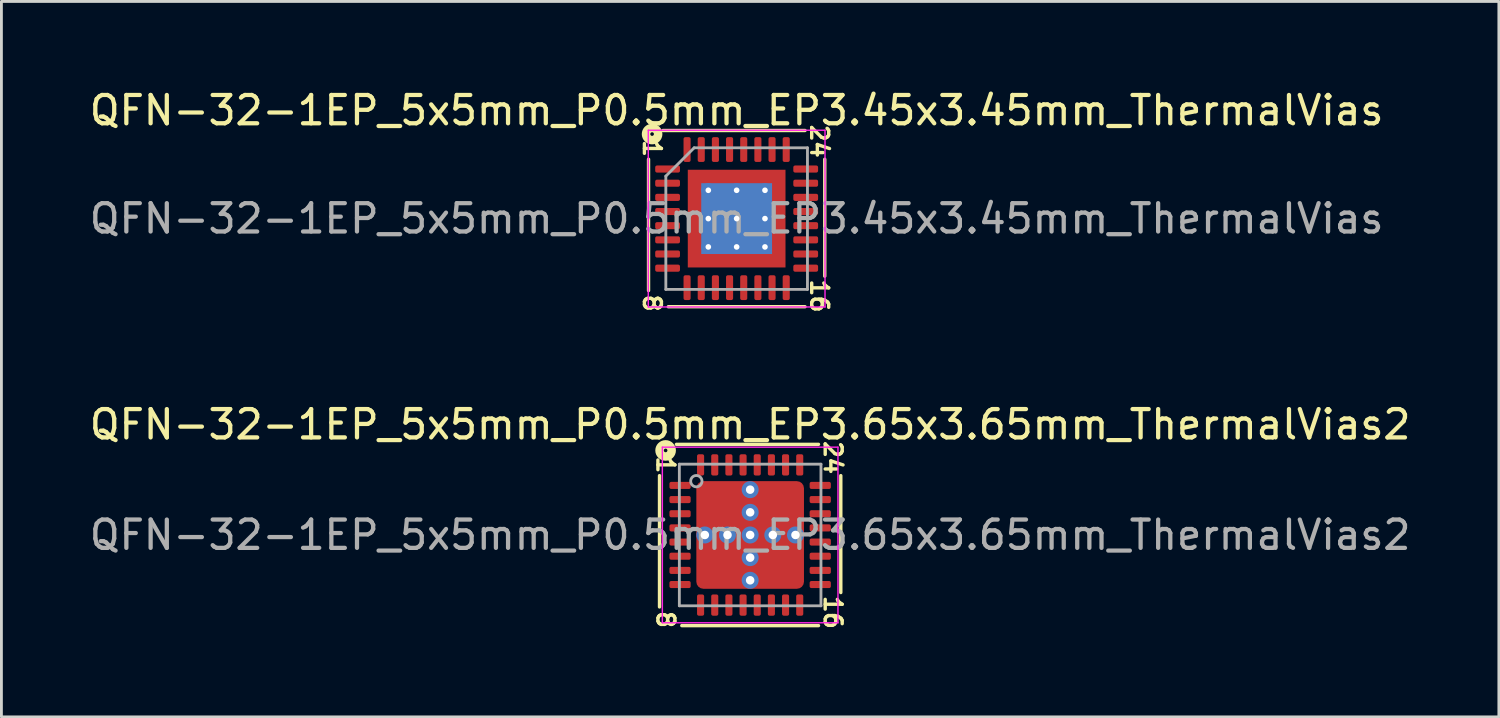
<source format=kicad_pcb>
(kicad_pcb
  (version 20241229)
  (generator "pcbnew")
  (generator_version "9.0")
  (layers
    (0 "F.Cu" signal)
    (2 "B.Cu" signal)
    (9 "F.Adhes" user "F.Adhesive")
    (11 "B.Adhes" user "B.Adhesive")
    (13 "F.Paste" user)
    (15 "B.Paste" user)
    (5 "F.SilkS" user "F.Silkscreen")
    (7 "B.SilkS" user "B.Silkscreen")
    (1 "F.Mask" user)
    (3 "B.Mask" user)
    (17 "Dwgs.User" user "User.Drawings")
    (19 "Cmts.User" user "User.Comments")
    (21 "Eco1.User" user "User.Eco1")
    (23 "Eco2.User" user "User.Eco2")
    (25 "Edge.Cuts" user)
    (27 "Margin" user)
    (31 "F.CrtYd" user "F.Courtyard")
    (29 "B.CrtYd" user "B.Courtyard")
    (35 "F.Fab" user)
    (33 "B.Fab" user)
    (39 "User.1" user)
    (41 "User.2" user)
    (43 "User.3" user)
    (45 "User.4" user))
  (footprint "QFN-32-1EP_5x5mm_P0.5mm_EP3.65x3.65mm_ThermalVias2"
    (layer "F.Cu")
    (at 23.435 15.838)
    (property "Reference" "QFN-32-1EP_5x5mm_P0.5mm_EP3.65x3.65mm_ThermalVias2" (at 0 -3.9 0) (layer "F.SilkS") (effects (font (size 1 1) (thickness 0.15))))
    (attr smd)
    (fp_line (start -3.2 -2.095) (end -3.2 2.54) (stroke (width 0.12) (type solid)) (layer "F.SilkS"))
    (fp_line (start -2.413 3.2) (end 2.413 3.2) (stroke (width 0.12) (type solid)) (layer "F.SilkS"))
    (fp_line (start 2.413 -3.2) (end -2.603 -3.2) (stroke (width 0.12) (type solid)) (layer "F.SilkS"))
    (fp_line (start 3.2 2.032) (end 3.2 -2.095) (stroke (width 0.12) (type solid)) (layer "F.SilkS"))
    (fp_circle (center -2.985 -2.985) (end -2.921 -2.985) (stroke (width 0.3) (type solid)) (fill no) (layer "F.SilkS"))
    (fp_line (start -3.1 -3.1) (end -3.1 3.1) (stroke (width 0.05) (type solid)) (layer "F.CrtYd"))
    (fp_line (start -3.1 3.1) (end 3.1 3.1) (stroke (width 0.05) (type solid)) (layer "F.CrtYd"))
    (fp_line (start 3.1 -3.1) (end -3.1 -3.1) (stroke (width 0.05) (type solid)) (layer "F.CrtYd"))
    (fp_line (start 3.1 3.1) (end 3.1 -3.1) (stroke (width 0.05) (type solid)) (layer "F.CrtYd"))
    (fp_line (start -2.5 -2.5) (end 2.5 -2.5) (stroke (width 0.1) (type solid)) (layer "F.Fab"))
    (fp_line (start -2.5 2.5) (end -2.5 -2.5) (stroke (width 0.1) (type solid)) (layer "F.Fab"))
    (fp_line (start 2.5 -2.5) (end 2.5 2.5) (stroke (width 0.1) (type solid)) (layer "F.Fab"))
    (fp_line (start 2.5 2.5) (end -2.5 2.5) (stroke (width 0.1) (type solid)) (layer "F.Fab"))
    (fp_circle (center -1.9 -1.9) (end -1.7 -1.9) (stroke (width 0.1) (type solid)) (fill no) (layer "F.Fab"))
    (fp_text user "8" (at -2.985 2.985 270) (unlocked yes) (layer "F.SilkS") (effects (font (size 0.6 0.6) (thickness 0.12))))
    (fp_text user "16" (at 2.921 2.731 270) (unlocked yes) (layer "F.SilkS") (effects (font (size 0.6 0.6) (thickness 0.12))))
    (fp_text user "24" (at 2.921 -2.731 270) (unlocked yes) (layer "F.SilkS") (effects (font (size 0.6 0.6) (thickness 0.12))))
    (fp_text user "1" (at -2.985 -2.477 270) (unlocked yes) (layer "F.SilkS") (effects (font (size 0.6 0.6) (thickness 0.12))))
    (fp_text user "${REFERENCE}" (at 0 0 0) (layer "F.Fab") (effects (font (size 1 1) (thickness 0.15))))
    (pad "" smd roundrect (at -1.425 0.675) (size 0.55 0.55) (layers "F.Paste") (roundrect_rratio 0.25))
    (pad "" smd roundrect (at -1.425 1.425) (size 0.55 0.55) (layers "F.Paste") (roundrect_rratio 0.25))
    (pad "" smd roundrect (at -1.425 -1.425) (size 0.55 0.55) (layers "F.Paste") (roundrect_rratio 0.25))
    (pad "" smd roundrect (at -1.425 -0.675) (size 0.55 0.55) (layers "F.Paste") (roundrect_rratio 0.25))
    (pad "" smd roundrect (at -1.05 -1.05) (size 1.5 1.5) (layers "F.Mask") (roundrect_rratio 0.167))
    (pad "" smd roundrect (at -1.05 1.05) (size 1.5 1.5) (layers "F.Mask") (roundrect_rratio 0.167))
    (pad "" smd roundrect (at -0.675 0.675) (size 0.55 0.55) (layers "F.Paste") (roundrect_rratio 0.25))
    (pad "" smd roundrect (at -0.675 -1.425) (size 0.55 0.55) (layers "F.Paste") (roundrect_rratio 0.25))
    (pad "" smd roundrect (at -0.675 1.425) (size 0.55 0.55) (layers "F.Paste") (roundrect_rratio 0.25))
    (pad "" smd roundrect (at -0.675 -0.675) (size 0.55 0.55) (layers "F.Paste") (roundrect_rratio 0.25))
    (pad "" smd roundrect (at 0.675 -1.425) (size 0.55 0.55) (layers "F.Paste") (roundrect_rratio 0.25))
    (pad "" smd roundrect (at 0.675 -0.675) (size 0.55 0.55) (layers "F.Paste") (roundrect_rratio 0.25))
    (pad "" smd roundrect (at 0.675 0.675) (size 0.55 0.55) (layers "F.Paste") (roundrect_rratio 0.25))
    (pad "" smd roundrect (at 0.675 1.425) (size 0.55 0.55) (layers "F.Paste") (roundrect_rratio 0.25))
    (pad "" smd roundrect (at 1.05 -1.05) (size 1.5 1.5) (layers "F.Mask") (roundrect_rratio 0.167))
    (pad "" smd roundrect (at 1.05 1.05) (size 1.5 1.5) (layers "F.Mask") (roundrect_rratio 0.167))
    (pad "" smd roundrect (at 1.425 -1.425) (size 0.55 0.55) (layers "F.Paste") (roundrect_rratio 0.25))
    (pad "" smd roundrect (at 1.425 0.675) (size 0.55 0.55) (layers "F.Paste") (roundrect_rratio 0.25))
    (pad "" smd roundrect (at 1.425 -0.675) (size 0.55 0.55) (layers "F.Paste") (roundrect_rratio 0.25))
    (pad "" smd roundrect (at 1.425 1.425) (size 0.55 0.55) (layers "F.Paste") (roundrect_rratio 0.25))
    (pad "1" smd roundrect (at -2.475 -1.75) (size 0.75 0.25) (layers "F.Cu" "F.Mask" "F.Paste") (roundrect_rratio 0.25))
    (pad "2" smd roundrect (at -2.475 -1.25) (size 0.75 0.25) (layers "F.Cu" "F.Mask" "F.Paste") (roundrect_rratio 0.25))
    (pad "3" smd roundrect (at -2.475 -0.75) (size 0.75 0.25) (layers "F.Cu" "F.Mask" "F.Paste") (roundrect_rratio 0.25))
    (pad "4" smd roundrect (at -2.475 -0.25) (size 0.75 0.25) (layers "F.Cu" "F.Mask" "F.Paste") (roundrect_rratio 0.25))
    (pad "5" smd roundrect (at -2.475 0.25) (size 0.75 0.25) (layers "F.Cu" "F.Mask" "F.Paste") (roundrect_rratio 0.25))
    (pad "6" smd roundrect (at -2.475 0.75) (size 0.75 0.25) (layers "F.Cu" "F.Mask" "F.Paste") (roundrect_rratio 0.25))
    (pad "7" smd roundrect (at -2.475 1.25) (size 0.75 0.25) (layers "F.Cu" "F.Mask" "F.Paste") (roundrect_rratio 0.25))
    (pad "8" smd roundrect (at -2.475 1.75) (size 0.75 0.25) (layers "F.Cu" "F.Mask" "F.Paste") (roundrect_rratio 0.25))
    (pad "9" smd roundrect (at -1.75 2.475) (size 0.25 0.75) (layers "F.Cu" "F.Mask" "F.Paste") (roundrect_rratio 0.25))
    (pad "10" smd roundrect (at -1.25 2.475) (size 0.25 0.75) (layers "F.Cu" "F.Mask" "F.Paste") (roundrect_rratio 0.25))
    (pad "11" smd roundrect (at -0.75 2.475) (size 0.25 0.75) (layers "F.Cu" "F.Mask" "F.Paste") (roundrect_rratio 0.25))
    (pad "12" smd roundrect (at -0.25 2.475) (size 0.25 0.75) (layers "F.Cu" "F.Mask" "F.Paste") (roundrect_rratio 0.25))
    (pad "13" smd roundrect (at 0.25 2.475) (size 0.25 0.75) (layers "F.Cu" "F.Mask" "F.Paste") (roundrect_rratio 0.25))
    (pad "14" smd roundrect (at 0.75 2.475) (size 0.25 0.75) (layers "F.Cu" "F.Mask" "F.Paste") (roundrect_rratio 0.25))
    (pad "15" smd roundrect (at 1.25 2.475) (size 0.25 0.75) (layers "F.Cu" "F.Mask" "F.Paste") (roundrect_rratio 0.25))
    (pad "16" smd roundrect (at 1.75 2.475) (size 0.25 0.75) (layers "F.Cu" "F.Mask" "F.Paste") (roundrect_rratio 0.25))
    (pad "17" smd roundrect (at 2.475 1.75) (size 0.75 0.25) (layers "F.Cu" "F.Mask" "F.Paste") (roundrect_rratio 0.25))
    (pad "18" smd roundrect (at 2.475 1.25) (size 0.75 0.25) (layers "F.Cu" "F.Mask" "F.Paste") (roundrect_rratio 0.25))
    (pad "19" smd roundrect (at 2.475 0.75) (size 0.75 0.25) (layers "F.Cu" "F.Mask" "F.Paste") (roundrect_rratio 0.25))
    (pad "20" smd roundrect (at 2.475 0.25) (size 0.75 0.25) (layers "F.Cu" "F.Mask" "F.Paste") (roundrect_rratio 0.25))
    (pad "21" smd roundrect (at 2.475 -0.25) (size 0.75 0.25) (layers "F.Cu" "F.Mask" "F.Paste") (roundrect_rratio 0.25))
    (pad "22" smd roundrect (at 2.475 -0.75) (size 0.75 0.25) (layers "F.Cu" "F.Mask" "F.Paste") (roundrect_rratio 0.25))
    (pad "23" smd roundrect (at 2.475 -1.25) (size 0.75 0.25) (layers "F.Cu" "F.Mask" "F.Paste") (roundrect_rratio 0.25))
    (pad "24" smd roundrect (at 2.475 -1.75) (size 0.75 0.25) (layers "F.Cu" "F.Mask" "F.Paste") (roundrect_rratio 0.25))
    (pad "25" smd roundrect (at 1.75 -2.475) (size 0.25 0.75) (layers "F.Cu" "F.Mask" "F.Paste") (roundrect_rratio 0.25))
    (pad "26" smd roundrect (at 1.25 -2.475) (size 0.25 0.75) (layers "F.Cu" "F.Mask" "F.Paste") (roundrect_rratio 0.25))
    (pad "27" smd roundrect (at 0.75 -2.475) (size 0.25 0.75) (layers "F.Cu" "F.Mask" "F.Paste") (roundrect_rratio 0.25))
    (pad "28" smd roundrect (at 0.25 -2.475) (size 0.25 0.75) (layers "F.Cu" "F.Mask" "F.Paste") (roundrect_rratio 0.25))
    (pad "29" smd roundrect (at -0.25 -2.475) (size 0.25 0.75) (layers "F.Cu" "F.Mask" "F.Paste") (roundrect_rratio 0.25))
    (pad "30" smd roundrect (at -0.75 -2.475) (size 0.25 0.75) (layers "F.Cu" "F.Mask" "F.Paste") (roundrect_rratio 0.25))
    (pad "31" smd roundrect (at -1.25 -2.475) (size 0.25 0.75) (layers "F.Cu" "F.Mask" "F.Paste") (roundrect_rratio 0.25))
    (pad "32" smd roundrect (at -1.75 -2.475) (size 0.25 0.75) (layers "F.Cu" "F.Mask" "F.Paste") (roundrect_rratio 0.25))
    (pad "33" thru_hole circle (at -1.6 0) (size 0.6 0.6) (drill 0.3) (property pad_prop_heatsink) (layers "*.Cu" "*.Mask"))
    (pad "33" thru_hole circle (at -0.8 0) (size 0.6 0.6) (drill 0.3) (property pad_prop_heatsink) (layers "*.Cu" "*.Mask"))
    (pad "33" thru_hole circle (at 0 -1.6) (size 0.6 0.6) (drill 0.3) (property pad_prop_heatsink) (layers "*.Cu" "*.Mask"))
    (pad "33" thru_hole circle (at 0 -0.8) (size 0.6 0.6) (drill 0.3) (property pad_prop_heatsink) (layers "*.Cu" "*.Mask"))
    (pad "33" thru_hole circle (at 0 0) (size 0.6 0.6) (drill 0.3) (property pad_prop_heatsink) (layers "*.Cu" "*.Mask"))
    (pad "33" smd roundrect (at 0 0) (size 3.8 3.8) (layers "F.Cu") (roundrect_rratio 0.066))
    (pad "33" thru_hole circle (at 0 0.8) (size 0.6 0.6) (drill 0.3) (property pad_prop_heatsink) (layers "*.Cu" "*.Mask"))
    (pad "33" thru_hole circle (at 0 1.6) (size 0.6 0.6) (drill 0.3) (property pad_prop_heatsink) (layers "*.Cu" "*.Mask"))
    (pad "33" thru_hole circle (at 0.8 0) (size 0.6 0.6) (drill 0.3) (property pad_prop_heatsink) (layers "*.Cu" "*.Mask"))
    (pad "33" thru_hole circle (at 1.6 0) (size 0.6 0.6) (drill 0.3) (property pad_prop_heatsink) (layers "*.Cu" "*.Mask")))
  (footprint "QFN-32-1EP_5x5mm_P0.5mm_EP3.45x3.45mm_ThermalVias"
    (layer "F.Cu")
    (at 22.958 4.668)
    (property "Reference" "QFN-32-1EP_5x5mm_P0.5mm_EP3.45x3.45mm_ThermalVias" (at 0 -3.82 0) (layer "F.SilkS") (effects (font (size 1 1) (thickness 0.15))))
    (attr smd)
    (fp_line (start -3.111 -2.095) (end -3.111 2.54) (stroke (width 0.12) (type solid)) (layer "F.SilkS"))
    (fp_line (start -2.413 3.111) (end 2.413 3.111) (stroke (width 0.12) (type solid)) (layer "F.SilkS"))
    (fp_line (start 2.413 -3.111) (end -2.603 -3.111) (stroke (width 0.12) (type solid)) (layer "F.SilkS"))
    (fp_line (start 3.111 2.032) (end 3.111 -2.095) (stroke (width 0.12) (type solid)) (layer "F.SilkS"))
    (fp_circle (center -2.985 -2.985) (end -2.921 -2.985) (stroke (width 0.3) (type solid)) (fill no) (layer "F.SilkS"))
    (fp_line (start -3.12 -3.12) (end -3.12 3.12) (stroke (width 0.05) (type solid)) (layer "F.CrtYd"))
    (fp_line (start -3.12 3.12) (end 3.12 3.12) (stroke (width 0.05) (type solid)) (layer "F.CrtYd"))
    (fp_line (start 3.12 -3.12) (end -3.12 -3.12) (stroke (width 0.05) (type solid)) (layer "F.CrtYd"))
    (fp_line (start 3.12 3.12) (end 3.12 -3.12) (stroke (width 0.05) (type solid)) (layer "F.CrtYd"))
    (fp_line (start -2.5 -1.5) (end -1.5 -2.5) (stroke (width 0.1) (type solid)) (layer "F.Fab"))
    (fp_line (start -2.5 2.5) (end -2.5 -1.5) (stroke (width 0.1) (type solid)) (layer "F.Fab"))
    (fp_line (start -1.5 -2.5) (end 2.5 -2.5) (stroke (width 0.1) (type solid)) (layer "F.Fab"))
    (fp_line (start 2.5 -2.5) (end 2.5 2.5) (stroke (width 0.1) (type solid)) (layer "F.Fab"))
    (fp_line (start 2.5 2.5) (end -2.5 2.5) (stroke (width 0.1) (type solid)) (layer "F.Fab"))
    (fp_text user "16" (at 2.921 2.731 270) (unlocked yes) (layer "F.SilkS") (effects (font (size 0.6 0.6) (thickness 0.12))))
    (fp_text user "8" (at -2.985 2.985 270) (unlocked yes) (layer "F.SilkS") (effects (font (size 0.6 0.6) (thickness 0.12))))
    (fp_text user "24" (at 2.921 -2.731 270) (unlocked yes) (layer "F.SilkS") (effects (font (size 0.6 0.6) (thickness 0.12))))
    (fp_text user "1" (at -2.985 -2.477 270) (unlocked yes) (layer "F.SilkS") (effects (font (size 0.6 0.6) (thickness 0.12))))
    (fp_text user "${REFERENCE}" (at 0 0 0) (layer "F.Fab") (effects (font (size 1 1) (thickness 0.15))))
    (pad "" smd custom (at -1.363 -1.363) (size 0.484 0.484) (layers "F.Paste") (options (anchor circle)) (primitives (gr_poly (pts (xy -0.192 -0.192) (xy 0.192 -0.192) (xy 0.192 0.108) (xy 0.108 0.192) (xy -0.192 0.192)) (width 0.201) (fill yes))))
    (pad "" smd custom (at -1.363 -0.5) (size 0.503 0.503) (layers "F.Paste") (options (anchor circle)) (primitives (gr_poly (pts (xy -0.21 -0.321) (xy 0.143 -0.321) (xy 0.21 -0.254) (xy 0.21 0.254) (xy 0.143 0.321) (xy -0.21 0.321)) (width 0.164) (fill yes))))
    (pad "" smd custom (at -1.363 0.5) (size 0.503 0.503) (layers "F.Paste") (options (anchor circle)) (primitives (gr_poly (pts (xy -0.21 -0.321) (xy 0.143 -0.321) (xy 0.21 -0.254) (xy 0.21 0.254) (xy 0.143 0.321) (xy -0.21 0.321)) (width 0.164) (fill yes))))
    (pad "" smd custom (at -1.363 1.363) (size 0.484 0.484) (layers "F.Paste") (options (anchor circle)) (primitives (gr_poly (pts (xy -0.192 -0.192) (xy 0.108 -0.192) (xy 0.192 -0.108) (xy 0.192 0.192) (xy -0.192 0.192)) (width 0.201) (fill yes))))
    (pad "" smd custom (at -0.5 -1.363) (size 0.503 0.503) (layers "F.Paste") (options (anchor circle)) (primitives (gr_poly (pts (xy -0.321 -0.21) (xy 0.321 -0.21) (xy 0.321 0.143) (xy 0.254 0.21) (xy -0.254 0.21) (xy -0.321 0.143)) (width 0.164) (fill yes))))
    (pad "" smd roundrect (at -0.5 -0.5) (size 0.806 0.806) (layers "F.Paste") (roundrect_rratio 0.25))
    (pad "" smd roundrect (at -0.5 0.5) (size 0.806 0.806) (layers "F.Paste") (roundrect_rratio 0.25))
    (pad "" smd custom (at -0.5 1.363) (size 0.503 0.503) (layers "F.Paste") (options (anchor circle)) (primitives (gr_poly (pts (xy -0.321 -0.143) (xy -0.254 -0.21) (xy 0.254 -0.21) (xy 0.321 -0.143) (xy 0.321 0.21) (xy -0.321 0.21)) (width 0.164) (fill yes))))
    (pad "" smd custom (at 0.5 -1.363) (size 0.503 0.503) (layers "F.Paste") (options (anchor circle)) (primitives (gr_poly (pts (xy -0.321 -0.21) (xy 0.321 -0.21) (xy 0.321 0.143) (xy 0.254 0.21) (xy -0.254 0.21) (xy -0.321 0.143)) (width 0.164) (fill yes))))
    (pad "" smd roundrect (at 0.5 -0.5) (size 0.806 0.806) (layers "F.Paste") (roundrect_rratio 0.25))
    (pad "" smd roundrect (at 0.5 0.5) (size 0.806 0.806) (layers "F.Paste") (roundrect_rratio 0.25))
    (pad "" smd custom (at 0.5 1.363) (size 0.503 0.503) (layers "F.Paste") (options (anchor circle)) (primitives (gr_poly (pts (xy -0.321 -0.143) (xy -0.254 -0.21) (xy 0.254 -0.21) (xy 0.321 -0.143) (xy 0.321 0.21) (xy -0.321 0.21)) (width 0.164) (fill yes))))
    (pad "" smd custom (at 1.363 -1.363) (size 0.484 0.484) (layers "F.Paste") (options (anchor circle)) (primitives (gr_poly (pts (xy -0.192 -0.192) (xy 0.192 -0.192) (xy 0.192 0.192) (xy -0.108 0.192) (xy -0.192 0.108)) (width 0.201) (fill yes))))
    (pad "" smd custom (at 1.363 -0.5) (size 0.503 0.503) (layers "F.Paste") (options (anchor circle)) (primitives (gr_poly (pts (xy -0.21 -0.254) (xy -0.143 -0.321) (xy 0.21 -0.321) (xy 0.21 0.321) (xy -0.143 0.321) (xy -0.21 0.254)) (width 0.164) (fill yes))))
    (pad "" smd custom (at 1.363 0.5) (size 0.503 0.503) (layers "F.Paste") (options (anchor circle)) (primitives (gr_poly (pts (xy -0.21 -0.254) (xy -0.143 -0.321) (xy 0.21 -0.321) (xy 0.21 0.321) (xy -0.143 0.321) (xy -0.21 0.254)) (width 0.164) (fill yes))))
    (pad "" smd custom (at 1.363 1.363) (size 0.484 0.484) (layers "F.Paste") (options (anchor circle)) (primitives (gr_poly (pts (xy -0.192 -0.108) (xy -0.108 -0.192) (xy 0.192 -0.192) (xy 0.192 0.192) (xy -0.192 0.192)) (width 0.201) (fill yes))))
    (pad "1" smd roundrect (at -2.438 -1.75) (size 0.875 0.25) (layers "F.Cu" "F.Mask" "F.Paste") (roundrect_rratio 0.25))
    (pad "2" smd roundrect (at -2.438 -1.25) (size 0.875 0.25) (layers "F.Cu" "F.Mask" "F.Paste") (roundrect_rratio 0.25))
    (pad "3" smd roundrect (at -2.438 -0.75) (size 0.875 0.25) (layers "F.Cu" "F.Mask" "F.Paste") (roundrect_rratio 0.25))
    (pad "4" smd roundrect (at -2.438 -0.25) (size 0.875 0.25) (layers "F.Cu" "F.Mask" "F.Paste") (roundrect_rratio 0.25))
    (pad "5" smd roundrect (at -2.438 0.25) (size 0.875 0.25) (layers "F.Cu" "F.Mask" "F.Paste") (roundrect_rratio 0.25))
    (pad "6" smd roundrect (at -2.438 0.75) (size 0.875 0.25) (layers "F.Cu" "F.Mask" "F.Paste") (roundrect_rratio 0.25))
    (pad "7" smd roundrect (at -2.438 1.25) (size 0.875 0.25) (layers "F.Cu" "F.Mask" "F.Paste") (roundrect_rratio 0.25))
    (pad "8" smd roundrect (at -2.438 1.75) (size 0.875 0.25) (layers "F.Cu" "F.Mask" "F.Paste") (roundrect_rratio 0.25))
    (pad "9" smd roundrect (at -1.75 2.438) (size 0.25 0.875) (layers "F.Cu" "F.Mask" "F.Paste") (roundrect_rratio 0.25))
    (pad "10" smd roundrect (at -1.25 2.438) (size 0.25 0.875) (layers "F.Cu" "F.Mask" "F.Paste") (roundrect_rratio 0.25))
    (pad "11" smd roundrect (at -0.75 2.438) (size 0.25 0.875) (layers "F.Cu" "F.Mask" "F.Paste") (roundrect_rratio 0.25))
    (pad "12" smd roundrect (at -0.25 2.438) (size 0.25 0.875) (layers "F.Cu" "F.Mask" "F.Paste") (roundrect_rratio 0.25))
    (pad "13" smd roundrect (at 0.25 2.438) (size 0.25 0.875) (layers "F.Cu" "F.Mask" "F.Paste") (roundrect_rratio 0.25))
    (pad "14" smd roundrect (at 0.75 2.438) (size 0.25 0.875) (layers "F.Cu" "F.Mask" "F.Paste") (roundrect_rratio 0.25))
    (pad "15" smd roundrect (at 1.25 2.438) (size 0.25 0.875) (layers "F.Cu" "F.Mask" "F.Paste") (roundrect_rratio 0.25))
    (pad "16" smd roundrect (at 1.75 2.438) (size 0.25 0.875) (layers "F.Cu" "F.Mask" "F.Paste") (roundrect_rratio 0.25))
    (pad "17" smd roundrect (at 2.438 1.75) (size 0.875 0.25) (layers "F.Cu" "F.Mask" "F.Paste") (roundrect_rratio 0.25))
    (pad "18" smd roundrect (at 2.438 1.25) (size 0.875 0.25) (layers "F.Cu" "F.Mask" "F.Paste") (roundrect_rratio 0.25))
    (pad "19" smd roundrect (at 2.438 0.75) (size 0.875 0.25) (layers "F.Cu" "F.Mask" "F.Paste") (roundrect_rratio 0.25))
    (pad "20" smd roundrect (at 2.438 0.25) (size 0.875 0.25) (layers "F.Cu" "F.Mask" "F.Paste") (roundrect_rratio 0.25))
    (pad "21" smd roundrect (at 2.438 -0.25) (size 0.875 0.25) (layers "F.Cu" "F.Mask" "F.Paste") (roundrect_rratio 0.25))
    (pad "22" smd roundrect (at 2.438 -0.75) (size 0.875 0.25) (layers "F.Cu" "F.Mask" "F.Paste") (roundrect_rratio 0.25))
    (pad "23" smd roundrect (at 2.438 -1.25) (size 0.875 0.25) (layers "F.Cu" "F.Mask" "F.Paste") (roundrect_rratio 0.25))
    (pad "24" smd roundrect (at 2.438 -1.75) (size 0.875 0.25) (layers "F.Cu" "F.Mask" "F.Paste") (roundrect_rratio 0.25))
    (pad "25" smd roundrect (at 1.75 -2.438) (size 0.25 0.875) (layers "F.Cu" "F.Mask" "F.Paste") (roundrect_rratio 0.25))
    (pad "26" smd roundrect (at 1.25 -2.438) (size 0.25 0.875) (layers "F.Cu" "F.Mask" "F.Paste") (roundrect_rratio 0.25))
    (pad "27" smd roundrect (at 0.75 -2.438) (size 0.25 0.875) (layers "F.Cu" "F.Mask" "F.Paste") (roundrect_rratio 0.25))
    (pad "28" smd roundrect (at 0.25 -2.438) (size 0.25 0.875) (layers "F.Cu" "F.Mask" "F.Paste") (roundrect_rratio 0.25))
    (pad "29" smd roundrect (at -0.25 -2.438) (size 0.25 0.875) (layers "F.Cu" "F.Mask" "F.Paste") (roundrect_rratio 0.25))
    (pad "30" smd roundrect (at -0.75 -2.438) (size 0.25 0.875) (layers "F.Cu" "F.Mask" "F.Paste") (roundrect_rratio 0.25))
    (pad "31" smd roundrect (at -1.25 -2.438) (size 0.25 0.875) (layers "F.Cu" "F.Mask" "F.Paste") (roundrect_rratio 0.25))
    (pad "32" smd roundrect (at -1.75 -2.438) (size 0.25 0.875) (layers "F.Cu" "F.Mask" "F.Paste") (roundrect_rratio 0.25))
    (pad "33" thru_hole circle (at -1 -1) (size 0.5 0.5) (drill 0.2) (layers "*.Cu"))
    (pad "33" thru_hole circle (at -1 0) (size 0.5 0.5) (drill 0.2) (layers "*.Cu"))
    (pad "33" thru_hole circle (at -1 1) (size 0.5 0.5) (drill 0.2) (layers "*.Cu"))
    (pad "33" thru_hole circle (at 0 -1) (size 0.5 0.5) (drill 0.2) (layers "*.Cu"))
    (pad "33" thru_hole circle (at 0 0) (size 0.5 0.5) (drill 0.2) (layers "*.Cu"))
    (pad "33" smd rect (at 0 0) (size 2.5 2.5) (layers "B.Cu" "B.Mask"))
    (pad "33" smd rect (at 0 0) (size 3.45 3.45) (layers "F.Cu" "F.Mask"))
    (pad "33" thru_hole circle (at 0 1) (size 0.5 0.5) (drill 0.2) (layers "*.Cu"))
    (pad "33" thru_hole circle (at 1 -1) (size 0.5 0.5) (drill 0.2) (layers "*.Cu"))
    (pad "33" thru_hole circle (at 1 0) (size 0.5 0.5) (drill 0.2) (layers "*.Cu"))
    (pad "33" thru_hole circle (at 1 1) (size 0.5 0.5) (drill 0.2) (layers "*.Cu")))
  (gr_rect
    (start -3 -3)
    (end 49.869 22.26)
    (stroke (width 0.1) (type default))
    (fill no)
    (layer "Edge.Cuts")))
</source>
